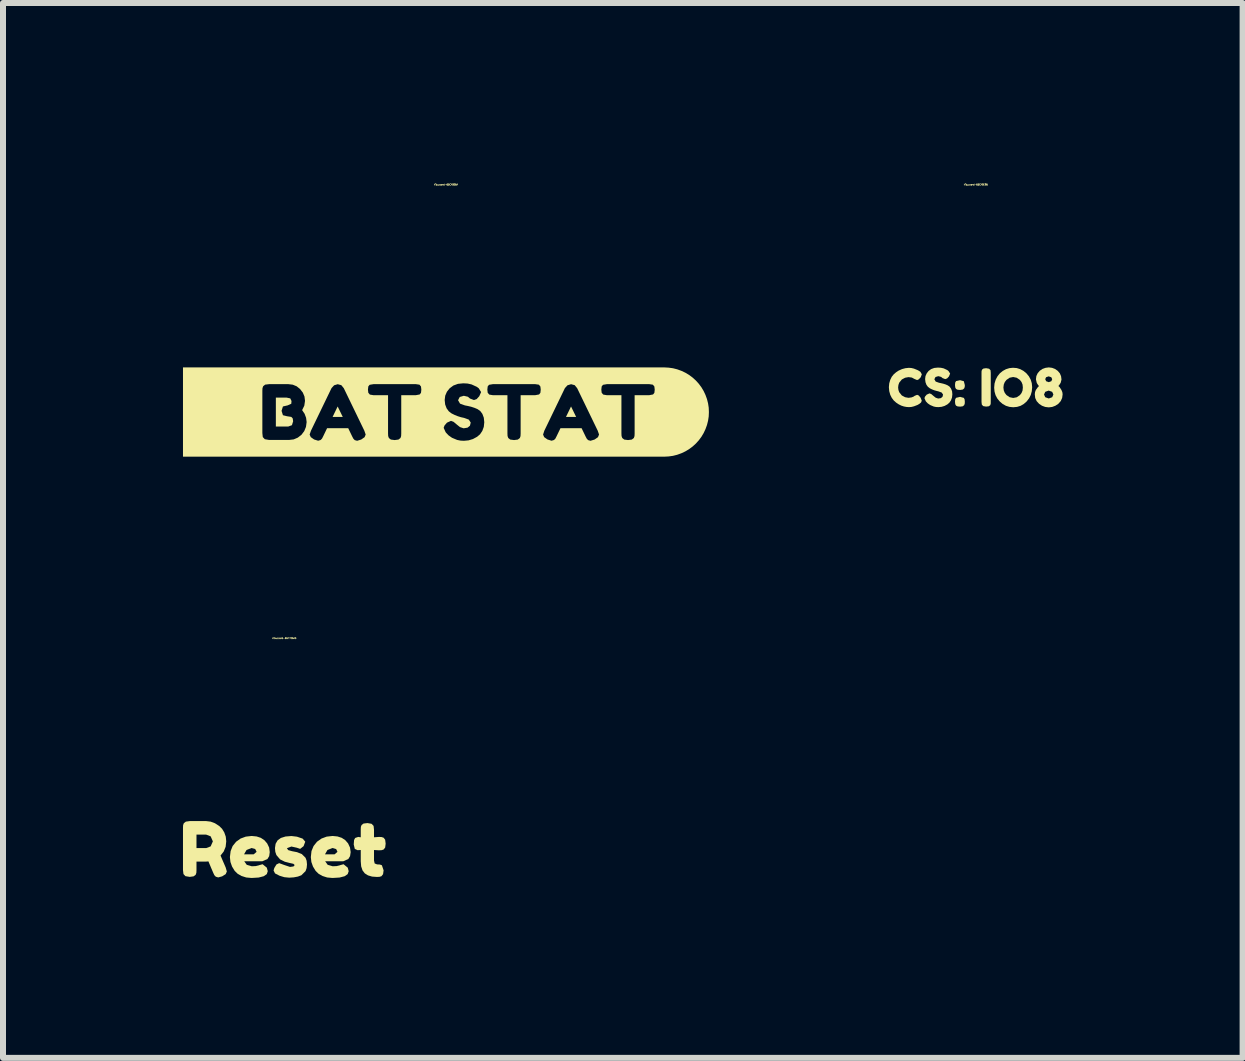
<source format=kicad_pcb>
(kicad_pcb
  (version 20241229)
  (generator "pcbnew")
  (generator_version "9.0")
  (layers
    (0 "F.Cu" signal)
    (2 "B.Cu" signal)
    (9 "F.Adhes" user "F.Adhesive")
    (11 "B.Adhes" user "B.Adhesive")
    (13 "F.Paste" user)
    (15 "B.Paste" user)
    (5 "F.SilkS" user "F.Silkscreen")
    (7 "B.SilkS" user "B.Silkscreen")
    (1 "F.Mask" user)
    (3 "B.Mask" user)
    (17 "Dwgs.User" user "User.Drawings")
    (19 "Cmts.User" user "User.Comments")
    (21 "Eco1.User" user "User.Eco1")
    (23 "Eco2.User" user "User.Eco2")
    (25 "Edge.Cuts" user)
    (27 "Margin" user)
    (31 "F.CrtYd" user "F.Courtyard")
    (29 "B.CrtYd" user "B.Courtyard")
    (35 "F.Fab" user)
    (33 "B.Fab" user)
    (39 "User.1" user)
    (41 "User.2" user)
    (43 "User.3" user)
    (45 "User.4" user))
  (footprint "kibuzzard-65CABE96"
    (layer "F.Cu")
    (at 13.214 3.407)
    (property "Reference" "kibuzzard-65CABE96" (at 0 -3.381 0) (layer "F.SilkS") (effects (font (size 0.025 0.025) (thickness 0.15))))
    (attr board_only exclude_from_pos_files exclude_from_bom)
    (fp_poly (pts (xy -0.182 -0.038) (xy -0.184 -0.007) (xy -0.193 0.017) (xy -0.216 0.036) (xy -0.259 0.043) (xy -0.303 0.039) (xy -0.329 0.026) (xy -0.342 0.001) (xy -0.346 -0.04) (xy -0.342 -0.082) (xy -0.328 -0.105) (xy -0.261 -0.12) (xy -0.199 -0.103) (xy -0.182 -0.038)) (stroke (width 0) (type solid)) (fill yes) (layer "F.SilkS"))
    (fp_poly (pts (xy -0.182 0.241) (xy -0.184 0.272) (xy -0.193 0.296) (xy -0.216 0.315) (xy -0.259 0.321) (xy -0.303 0.317) (xy -0.329 0.304) (xy -0.342 0.279) (xy -0.346 0.238) (xy -0.342 0.197) (xy -0.328 0.174) (xy -0.261 0.158) (xy -0.199 0.175) (xy -0.186 0.2) (xy -0.182 0.241)) (stroke (width 0) (type solid)) (fill yes) (layer "F.SilkS"))
    (fp_poly (pts (xy 0.096 -0.243) (xy 0.097 -0.273) (xy 0.105 -0.296) (xy 0.128 -0.314) (xy 0.173 -0.32) (xy 0.222 -0.311) (xy 0.246 -0.287) (xy 0.25 -0.242) (xy 0.25 0.244) (xy 0.249 0.274) (xy 0.241 0.297) (xy 0.217 0.315) (xy 0.172 0.32) (xy 0.124 0.312) (xy 0.101 0.287) (xy 0.096 0.243) (xy 0.096 -0.243)) (stroke (width 0) (type solid)) (fill yes) (layer "F.SilkS"))
    (fp_poly (pts (xy -1.035 0.153) (xy -1.019 0.141) (xy -0.977 0.124) (xy -0.949 0.136) (xy -0.919 0.173) (xy -0.9 0.222) (xy -0.912 0.252) (xy -0.939 0.274) (xy -0.969 0.292) (xy -1.028 0.315) (xy -1.072 0.326) (xy -1.114 0.329) (xy -1.156 0.326) (xy -1.198 0.318) (xy -1.241 0.304) (xy -1.285 0.282) (xy -1.328 0.253) (xy -1.366 0.219) (xy -1.399 0.176) (xy -1.425 0.124) (xy -1.442 0.063) (xy -1.448 -0.003) (xy -1.442 -0.068) (xy -1.425 -0.126) (xy -1.4 -0.177) (xy -1.367 -0.218) (xy -1.329 -0.251) (xy -1.287 -0.279) (xy -1.229 -0.305) (xy -1.172 -0.32) (xy -1.115 -0.326) (xy -1.073 -0.323) (xy -1.031 -0.313) (xy -0.967 -0.287) (xy -0.946 -0.275) (xy -0.922 -0.259) (xy -0.899 -0.218) (xy -0.917 -0.169) (xy -0.95 -0.134) (xy -0.978 -0.122) (xy -1.023 -0.141) (xy -1.066 -0.164) (xy -1.121 -0.171) (xy -1.177 -0.161) (xy -1.232 -0.132) (xy -1.276 -0.078) (xy -1.289 -0.04) (xy -1.294 0.001) (xy -1.289 0.043) (xy -1.276 0.08) (xy -1.232 0.135) (xy -1.177 0.164) (xy -1.121 0.174) (xy -1.07 0.167) (xy -1.035 0.153)) (stroke (width 0) (type solid)) (fill yes) (layer "F.SilkS"))
    (fp_poly (pts (xy 0.62 -0.327) (xy 0.683 -0.322) (xy 0.741 -0.304) (xy 0.795 -0.275) (xy 0.845 -0.234) (xy 0.886 -0.184) (xy 0.916 -0.129) (xy 0.934 -0.069) (xy 0.94 -0.002) (xy 0.934 0.064) (xy 0.917 0.126) (xy 0.889 0.182) (xy 0.849 0.234) (xy 0.801 0.276) (xy 0.748 0.307) (xy 0.689 0.325) (xy 0.626 0.331) (xy 0.624 0.331) (xy 0.624 0.176) (xy 0.683 0.165) (xy 0.736 0.129) (xy 0.763 0.094) (xy 0.78 0.052) (xy 0.785 0.003) (xy 0.78 -0.047) (xy 0.763 -0.089) (xy 0.735 -0.125) (xy 0.682 -0.161) (xy 0.623 -0.173) (xy 0.564 -0.161) (xy 0.511 -0.124) (xy 0.484 -0.089) (xy 0.467 -0.047) (xy 0.461 0.002) (xy 0.467 0.05) (xy 0.484 0.092) (xy 0.512 0.128) (xy 0.565 0.164) (xy 0.624 0.176) (xy 0.624 0.331) (xy 0.562 0.325) (xy 0.503 0.307) (xy 0.449 0.277) (xy 0.4 0.235) (xy 0.359 0.185) (xy 0.33 0.13) (xy 0.313 0.07) (xy 0.307 0.006) (xy 0.313 -0.064) (xy 0.333 -0.13) (xy 0.364 -0.188) (xy 0.403 -0.236) (xy 0.45 -0.274) (xy 0.503 -0.303) (xy 0.561 -0.321) (xy 0.62 -0.327)) (stroke (width 0) (type solid)) (fill yes) (layer "F.SilkS"))
    (fp_poly (pts (xy 1.448 0.115) (xy 1.44 0.176) (xy 1.416 0.229) (xy 1.377 0.273) (xy 1.327 0.306) (xy 1.274 0.326) (xy 1.217 0.333) (xy 1.217 0.185) (xy 1.274 0.164) (xy 1.294 0.119) (xy 1.274 0.074) (xy 1.217 0.054) (xy 1.217 -0.087) (xy 1.26 -0.103) (xy 1.274 -0.136) (xy 1.259 -0.169) (xy 1.215 -0.184) (xy 1.172 -0.169) (xy 1.158 -0.137) (xy 1.173 -0.103) (xy 1.217 -0.087) (xy 1.217 0.054) (xy 1.216 0.053) (xy 1.158 0.074) (xy 1.138 0.119) (xy 1.158 0.164) (xy 1.217 0.185) (xy 1.217 0.333) (xy 1.216 0.333) (xy 1.158 0.326) (xy 1.104 0.306) (xy 1.055 0.273) (xy 1.015 0.229) (xy 0.991 0.177) (xy 0.984 0.115) (xy 0.988 0.079) (xy 1.001 0.044) (xy 1.037 -0.006) (xy 1.055 -0.023) (xy 1.04 -0.037) (xy 1.017 -0.075) (xy 1.003 -0.135) (xy 1.01 -0.189) (xy 1.032 -0.236) (xy 1.067 -0.277) (xy 1.113 -0.308) (xy 1.163 -0.326) (xy 1.218 -0.333) (xy 1.272 -0.326) (xy 1.322 -0.307) (xy 1.366 -0.276) (xy 1.401 -0.235) (xy 1.422 -0.186) (xy 1.429 -0.131) (xy 1.416 -0.078) (xy 1.39 -0.037) (xy 1.377 -0.023) (xy 1.397 -0.005) (xy 1.428 0.043) (xy 1.443 0.079) (xy 1.448 0.115)) (stroke (width 0) (type solid)) (fill yes) (layer "F.SilkS"))
    (fp_poly (pts (xy -0.833 0.231) (xy -0.855 0.18) (xy -0.846 0.154) (xy -0.818 0.121) (xy -0.771 0.1) (xy -0.742 0.111) (xy -0.703 0.144) (xy -0.668 0.172) (xy -0.626 0.186) (xy -0.581 0.179) (xy -0.554 0.156) (xy -0.545 0.12) (xy -0.568 0.086) (xy -0.623 0.066) (xy -0.657 0.058) (xy -0.695 0.047) (xy -0.732 0.032) (xy -0.766 0.015) (xy -0.797 -0.009) (xy -0.822 -0.043) (xy -0.838 -0.087) (xy -0.844 -0.139) (xy -0.838 -0.188) (xy -0.818 -0.233) (xy -0.787 -0.273) (xy -0.744 -0.305) (xy -0.692 -0.324) (xy -0.631 -0.33) (xy -0.581 -0.327) (xy -0.535 -0.317) (xy -0.475 -0.289) (xy -0.454 -0.272) (xy -0.427 -0.23) (xy -0.447 -0.182) (xy -0.478 -0.149) (xy -0.509 -0.138) (xy -0.554 -0.155) (xy -0.564 -0.164) (xy -0.578 -0.175) (xy -0.624 -0.187) (xy -0.671 -0.173) (xy -0.69 -0.136) (xy -0.668 -0.097) (xy -0.612 -0.077) (xy -0.578 -0.07) (xy -0.54 -0.061) (xy -0.502 -0.049) (xy -0.468 -0.034) (xy -0.437 -0.013) (xy -0.412 0.021) (xy -0.395 0.064) (xy -0.39 0.116) (xy -0.396 0.169) (xy -0.413 0.216) (xy -0.439 0.254) (xy -0.472 0.283) (xy -0.52 0.309) (xy -0.57 0.324) (xy -0.623 0.329) (xy -0.663 0.327) (xy -0.701 0.319) (xy -0.76 0.294) (xy -0.799 0.267) (xy -0.825 0.24) (xy -0.833 0.231)) (stroke (width 0) (type solid)) (fill yes) (layer "F.SilkS")))
  (footprint "kibuzzard-65CABD6A"
    (layer "F.Cu")
    (at 4.383 3.818)
    (property "Reference" "kibuzzard-65CABD6A" (at 0 -3.792 0) (layer "F.SilkS") (effects (font (size 0.025 0.025) (thickness 0.15))))
    (attr board_only exclude_from_pos_files exclude_from_bom)
    (fp_poly (pts (xy -1.805 -0.093) (xy -1.889 0.081) (xy -1.72 0.081) (xy -1.805 -0.093)) (stroke (width 0) (type solid)) (fill yes) (layer "F.SilkS"))
    (fp_poly (pts (xy 2.085 -0.093) (xy 2.001 0.081) (xy 2.17 0.081) (xy 2.085 -0.093)) (stroke (width 0) (type solid)) (fill yes) (layer "F.SilkS"))
    (fp_poly (pts (xy -2.547 0.154) (xy -2.554 0.106) (xy -2.578 0.081) (xy -2.649 0.07) (xy -2.717 0.053) (xy -2.74 -0.02) (xy -2.717 -0.093) (xy -2.639 -0.111) (xy -2.578 -0.138) (xy -2.574 -0.184) (xy -2.595 -0.228) (xy -2.658 -0.241) (xy -2.835 -0.241) (xy -2.835 0.241) (xy -2.627 0.241) (xy -2.567 0.219) (xy -2.547 0.154)) (stroke (width 0) (type solid)) (fill yes) (layer "F.SilkS"))
    (fp_poly (pts (xy -3.06 -0.744) (xy -4.383 -0.744) (xy -4.383 0.744) (xy -3.06 0.744) (xy -2.614 0.744) (xy -2.614 0.465) (xy -2.948 0.465) (xy -3.019 0.453) (xy -3.053 0.417) (xy -3.06 0.351) (xy -3.06 -0.354) (xy -3.058 -0.398) (xy -3.046 -0.431) (xy -3.013 -0.457) (xy -2.947 -0.465) (xy -2.627 -0.465) (xy -2.553 -0.456) (xy -2.488 -0.429) (xy -2.432 -0.384) (xy -2.386 -0.325) (xy -2.358 -0.259) (xy -2.349 -0.186) (xy -2.361 -0.106) (xy -2.397 -0.032) (xy -2.356 0.029) (xy -2.331 0.096) (xy -2.322 0.167) (xy -2.333 0.247) (xy -2.362 0.318) (xy -2.409 0.38) (xy -2.47 0.427) (xy -2.538 0.456) (xy -2.614 0.465) (xy -2.614 0.744) (xy -1.48 0.744) (xy -1.48 0.479) (xy -1.52 0.468) (xy -1.543 0.444) (xy -1.563 0.406) (xy -1.629 0.269) (xy -1.981 0.269) (xy -2.047 0.406) (xy -2.066 0.443) (xy -2.089 0.466) (xy -2.13 0.478) (xy -2.198 0.457) (xy -2.253 0.418) (xy -2.272 0.375) (xy -2.25 0.311) (xy -1.907 -0.399) (xy -1.864 -0.446) (xy -1.804 -0.464) (xy -1.744 -0.448) (xy -1.703 -0.398) (xy -1.36 0.311) (xy -1.338 0.375) (xy -1.356 0.419) (xy -1.412 0.458) (xy -1.48 0.479) (xy -1.48 0.744) (xy -0.855 0.744) (xy -0.855 0.467) (xy -0.918 0.459) (xy -0.951 0.433) (xy -0.963 0.4) (xy -0.965 0.356) (xy -0.965 -0.281) (xy -1.209 -0.281) (xy -1.268 -0.291) (xy -1.294 -0.321) (xy -1.3 -0.374) (xy -1.294 -0.427) (xy -1.272 -0.454) (xy -1.207 -0.465) (xy -0.501 -0.465) (xy -0.441 -0.456) (xy -0.416 -0.426) (xy -0.41 -0.373) (xy -0.416 -0.32) (xy -0.438 -0.293) (xy -0.502 -0.281) (xy -0.745 -0.281) (xy -0.745 0.358) (xy -0.747 0.401) (xy -0.758 0.433) (xy -0.792 0.459) (xy -0.855 0.467) (xy -0.855 0.744) (xy 0.3 0.744) (xy 0.3 0.479) (xy 0.242 0.476) (xy 0.187 0.465) (xy 0.101 0.429) (xy 0.044 0.389) (xy 0.007 0.35) (xy -0.005 0.336) (xy -0.038 0.263) (xy -0.024 0.225) (xy 0.017 0.177) (xy 0.084 0.147) (xy 0.127 0.163) (xy 0.183 0.21) (xy 0.234 0.251) (xy 0.295 0.271) (xy 0.361 0.26) (xy 0.4 0.228) (xy 0.413 0.175) (xy 0.381 0.126) (xy 0.3 0.097) (xy 0.25 0.086) (xy 0.196 0.069) (xy 0.142 0.047) (xy 0.092 0.022) (xy 0.048 -0.012) (xy 0.011 -0.062) (xy -0.013 -0.126) (xy -0.021 -0.201) (xy -0.012 -0.273) (xy 0.016 -0.338) (xy 0.062 -0.396) (xy 0.124 -0.442) (xy 0.2 -0.47) (xy 0.289 -0.479) (xy 0.362 -0.475) (xy 0.428 -0.46) (xy 0.515 -0.42) (xy 0.547 -0.396) (xy 0.586 -0.333) (xy 0.556 -0.264) (xy 0.512 -0.216) (xy 0.467 -0.2) (xy 0.401 -0.225) (xy 0.386 -0.238) (xy 0.366 -0.255) (xy 0.298 -0.271) (xy 0.23 -0.251) (xy 0.202 -0.197) (xy 0.235 -0.14) (xy 0.315 -0.111) (xy 0.366 -0.101) (xy 0.421 -0.088) (xy 0.476 -0.07) (xy 0.526 -0.049) (xy 0.571 -0.018) (xy 0.607 0.03) (xy 0.631 0.094) (xy 0.639 0.17) (xy 0.631 0.247) (xy 0.606 0.315) (xy 0.568 0.371) (xy 0.52 0.412) (xy 0.45 0.45) (xy 0.377 0.472) (xy 0.3 0.479) (xy 0.3 0.744) (xy 1.135 0.744) (xy 1.135 0.467) (xy 1.072 0.459) (xy 1.039 0.433) (xy 1.027 0.4) (xy 1.025 0.356) (xy 1.025 -0.281) (xy 0.782 -0.281) (xy 0.722 -0.291) (xy 0.696 -0.321) (xy 0.69 -0.374) (xy 0.696 -0.427) (xy 0.718 -0.454) (xy 0.783 -0.465) (xy 1.489 -0.465) (xy 1.549 -0.456) (xy 1.574 -0.426) (xy 1.58 -0.373) (xy 1.574 -0.32) (xy 1.552 -0.293) (xy 1.488 -0.281) (xy 1.245 -0.281) (xy 1.245 0.358) (xy 1.243 0.401) (xy 1.232 0.433) (xy 1.198 0.459) (xy 1.135 0.467) (xy 1.135 0.744) (xy 2.41 0.744) (xy 2.41 0.479) (xy 2.37 0.468) (xy 2.347 0.444) (xy 2.327 0.406) (xy 2.261 0.269) (xy 1.909 0.269) (xy 1.843 0.406) (xy 1.824 0.443) (xy 1.801 0.466) (xy 1.76 0.478) (xy 1.692 0.457) (xy 1.637 0.418) (xy 1.619 0.375) (xy 1.64 0.311) (xy 1.983 -0.399) (xy 2.026 -0.446) (xy 2.086 -0.464) (xy 2.146 -0.448) (xy 2.187 -0.398) (xy 2.53 0.311) (xy 2.552 0.375) (xy 2.534 0.419) (xy 2.478 0.458) (xy 2.41 0.479) (xy 2.41 0.744) (xy 3.035 0.744) (xy 3.035 0.467) (xy 2.972 0.459) (xy 2.939 0.433) (xy 2.927 0.4) (xy 2.925 0.356) (xy 2.925 -0.281) (xy 2.681 -0.281) (xy 2.622 -0.291) (xy 2.596 -0.321) (xy 2.59 -0.374) (xy 2.596 -0.427) (xy 2.618 -0.454) (xy 2.683 -0.465) (xy 3.389 -0.465) (xy 3.449 -0.456) (xy 3.474 -0.426) (xy 3.48 -0.373) (xy 3.474 -0.32) (xy 3.452 -0.293) (xy 3.388 -0.281) (xy 3.145 -0.281) (xy 3.145 0.358) (xy 3.143 0.401) (xy 3.132 0.433) (xy 3.098 0.459) (xy 3.035 0.467) (xy 3.035 0.744) (xy 3.48 0.744) (xy 3.639 0.744) (xy 3.712 0.74) (xy 3.784 0.73) (xy 3.855 0.712) (xy 3.924 0.687) (xy 3.99 0.656) (xy 4.052 0.619) (xy 4.111 0.575) (xy 4.165 0.526) (xy 4.214 0.472) (xy 4.258 0.413) (xy 4.295 0.351) (xy 4.326 0.285) (xy 4.351 0.216) (xy 4.369 0.145) (xy 4.38 0.073) (xy 4.383 0) (xy 4.38 -0.073) (xy 4.369 -0.145) (xy 4.351 -0.216) (xy 4.326 -0.285) (xy 4.295 -0.351) (xy 4.258 -0.413) (xy 4.214 -0.472) (xy 4.165 -0.526) (xy 4.111 -0.575) (xy 4.052 -0.619) (xy 3.99 -0.656) (xy 3.924 -0.687) (xy 3.855 -0.712) (xy 3.784 -0.73) (xy 3.712 -0.74) (xy 3.639 -0.744) (xy 3.48 -0.744) (xy -3.06 -0.744)) (stroke (width 0) (type solid)) (fill yes) (layer "F.SilkS")))
  (footprint "kibuzzard-6577C6A3"
    (layer "F.Cu")
    (at 1.689 11.11)
    (property "Reference" "kibuzzard-6577C6A3" (at 0 -3.522 0) (layer "F.SilkS") (effects (font (size 0.025 0.025) (thickness 0.15))))
    (attr board_only exclude_from_pos_files exclude_from_bom)
    (fp_poly (pts (xy 1.577 0.013) (xy 1.495 0.008) (xy 1.495 0.183) (xy 1.506 0.232) (xy 1.546 0.248) (xy 1.592 0.25) (xy 1.626 0.262) (xy 1.655 0.347) (xy 1.646 0.411) (xy 1.619 0.445) (xy 1.586 0.455) (xy 1.543 0.457) (xy 1.462 0.451) (xy 1.395 0.431) (xy 1.342 0.398) (xy 1.304 0.349) (xy 1.281 0.281) (xy 1.274 0.196) (xy 1.274 0.008) (xy 1.222 0.011) (xy 1.175 -0.01) (xy 1.157 -0.084) (xy 1.163 -0.159) (xy 1.181 -0.193) (xy 1.232 -0.21) (xy 1.274 -0.204) (xy 1.274 -0.335) (xy 1.276 -0.378) (xy 1.288 -0.409) (xy 1.32 -0.433) (xy 1.386 -0.441) (xy 1.454 -0.429) (xy 1.488 -0.394) (xy 1.495 -0.329) (xy 1.495 -0.204) (xy 1.579 -0.21) (xy 1.622 -0.208) (xy 1.656 -0.196) (xy 1.681 -0.163) (xy 1.689 -0.098) (xy 1.681 -0.033) (xy 1.655 0) (xy 1.621 0.011) (xy 1.577 0.013)) (stroke (width 0) (type solid)) (fill yes) (layer "F.SilkS"))
    (fp_poly (pts (xy -0.367 0.196) (xy -0.511 0.196) (xy -0.511 0.08) (xy -0.462 0.039) (xy -0.485 -0.008) (xy -0.548 -0.025) (xy -0.63 0.008) (xy -0.671 0.08) (xy -0.511 0.08) (xy -0.511 0.196) (xy -0.668 0.196) (xy -0.626 0.255) (xy -0.542 0.279) (xy -0.477 0.276) (xy -0.427 0.264) (xy -0.413 0.259) (xy -0.362 0.245) (xy -0.292 0.302) (xy -0.276 0.361) (xy -0.292 0.41) (xy -0.343 0.445) (xy -0.428 0.467) (xy -0.546 0.474) (xy -0.635 0.466) (xy -0.713 0.441) (xy -0.778 0.404) (xy -0.827 0.356) (xy -0.871 0.284) (xy -0.898 0.208) (xy -0.907 0.126) (xy -0.895 0.026) (xy -0.861 -0.059) (xy -0.803 -0.13) (xy -0.729 -0.183) (xy -0.642 -0.215) (xy -0.545 -0.226) (xy -0.462 -0.218) (xy -0.392 -0.195) (xy -0.333 -0.156) (xy -0.286 -0.102) (xy -0.253 -0.033) (xy -0.243 0.043) (xy -0.252 0.11) (xy -0.281 0.158) (xy -0.367 0.196)) (stroke (width 0) (type solid)) (fill yes) (layer "F.SilkS"))
    (fp_poly (pts (xy -0.155 0.398) (xy -0.179 0.349) (xy -0.167 0.308) (xy -0.131 0.249) (xy -0.086 0.227) (xy -0.001 0.258) (xy 0.095 0.29) (xy 0.153 0.282) (xy 0.173 0.259) (xy 0.151 0.238) (xy 0.088 0.224) (xy 0.008 0.203) (xy -0.071 0.164) (xy -0.132 0.092) (xy -0.15 0.039) (xy -0.156 -0.024) (xy -0.145 -0.096) (xy -0.112 -0.153) (xy -0.057 -0.193) (xy 0.02 -0.217) (xy 0.119 -0.225) (xy 0.211 -0.214) (xy 0.305 -0.182) (xy 0.349 -0.131) (xy 0.321 -0.056) (xy 0.264 -0.011) (xy 0.208 -0.03) (xy 0.118 -0.05) (xy 0.043 -0.022) (xy 0.065 0.01) (xy 0.13 0.028) (xy 0.212 0.044) (xy 0.292 0.076) (xy 0.354 0.138) (xy 0.372 0.187) (xy 0.378 0.248) (xy 0.372 0.309) (xy 0.354 0.36) (xy 0.284 0.429) (xy 0.226 0.451) (xy 0.158 0.464) (xy 0.081 0.469) (xy 0 0.461) (xy -0.079 0.437) (xy -0.155 0.398)) (stroke (width 0) (type solid)) (fill yes) (layer "F.SilkS"))
    (fp_poly (pts (xy 0.982 0.196) (xy 0.838 0.196) (xy 0.838 0.08) (xy 0.886 0.039) (xy 0.864 -0.008) (xy 0.801 -0.025) (xy 0.719 0.008) (xy 0.678 0.08) (xy 0.838 0.08) (xy 0.838 0.196) (xy 0.681 0.196) (xy 0.723 0.255) (xy 0.806 0.279) (xy 0.872 0.276) (xy 0.922 0.264) (xy 0.936 0.259) (xy 0.987 0.245) (xy 1.057 0.302) (xy 1.073 0.361) (xy 1.056 0.41) (xy 1.006 0.445) (xy 0.921 0.467) (xy 0.803 0.474) (xy 0.714 0.466) (xy 0.636 0.441) (xy 0.571 0.404) (xy 0.522 0.356) (xy 0.478 0.284) (xy 0.451 0.208) (xy 0.442 0.126) (xy 0.453 0.026) (xy 0.488 -0.059) (xy 0.545 -0.13) (xy 0.62 -0.183) (xy 0.706 -0.215) (xy 0.804 -0.226) (xy 0.886 -0.218) (xy 0.957 -0.195) (xy 1.016 -0.156) (xy 1.063 -0.102) (xy 1.095 -0.033) (xy 1.106 0.043) (xy 1.096 0.11) (xy 1.067 0.158) (xy 0.982 0.196)) (stroke (width 0) (type solid)) (fill yes) (layer "F.SilkS"))
    (fp_poly (pts (xy -0.977 0.3) (xy -0.958 0.366) (xy -0.977 0.41) (xy -1.036 0.447) (xy -1.102 0.465) (xy -1.142 0.453) (xy -1.166 0.428) (xy -1.183 0.392) (xy -1.216 0.315) (xy -1.265 0.198) (xy -1.304 0.201) (xy -1.464 0.201) (xy -1.464 -0.024) (xy -1.302 -0.024) (xy -1.228 -0.052) (xy -1.191 -0.136) (xy -1.228 -0.22) (xy -1.304 -0.249) (xy -1.464 -0.249) (xy -1.464 -0.024) (xy -1.464 0.201) (xy -1.464 0.344) (xy -1.466 0.388) (xy -1.478 0.422) (xy -1.512 0.447) (xy -1.577 0.456) (xy -1.648 0.444) (xy -1.681 0.409) (xy -1.689 0.343) (xy -1.689 -0.362) (xy -1.687 -0.406) (xy -1.675 -0.439) (xy -1.641 -0.465) (xy -1.576 -0.474) (xy -1.302 -0.474) (xy -1.228 -0.465) (xy -1.156 -0.438) (xy -1.085 -0.392) (xy -1.038 -0.346) (xy -1.001 -0.286) (xy -0.976 -0.215) (xy -0.968 -0.136) (xy -0.978 -0.046) (xy -1.01 0.033) (xy -1.063 0.1) (xy -1.041 0.152) (xy -1.012 0.219) (xy -0.977 0.3)) (stroke (width 0) (type solid)) (fill yes) (layer "F.SilkS")))
  (gr_rect
    (start -3 -3)
    (end 17.662 14.583)
    (stroke (width 0.1) (type default))
    (fill no)
    (layer "Edge.Cuts")))
</source>
